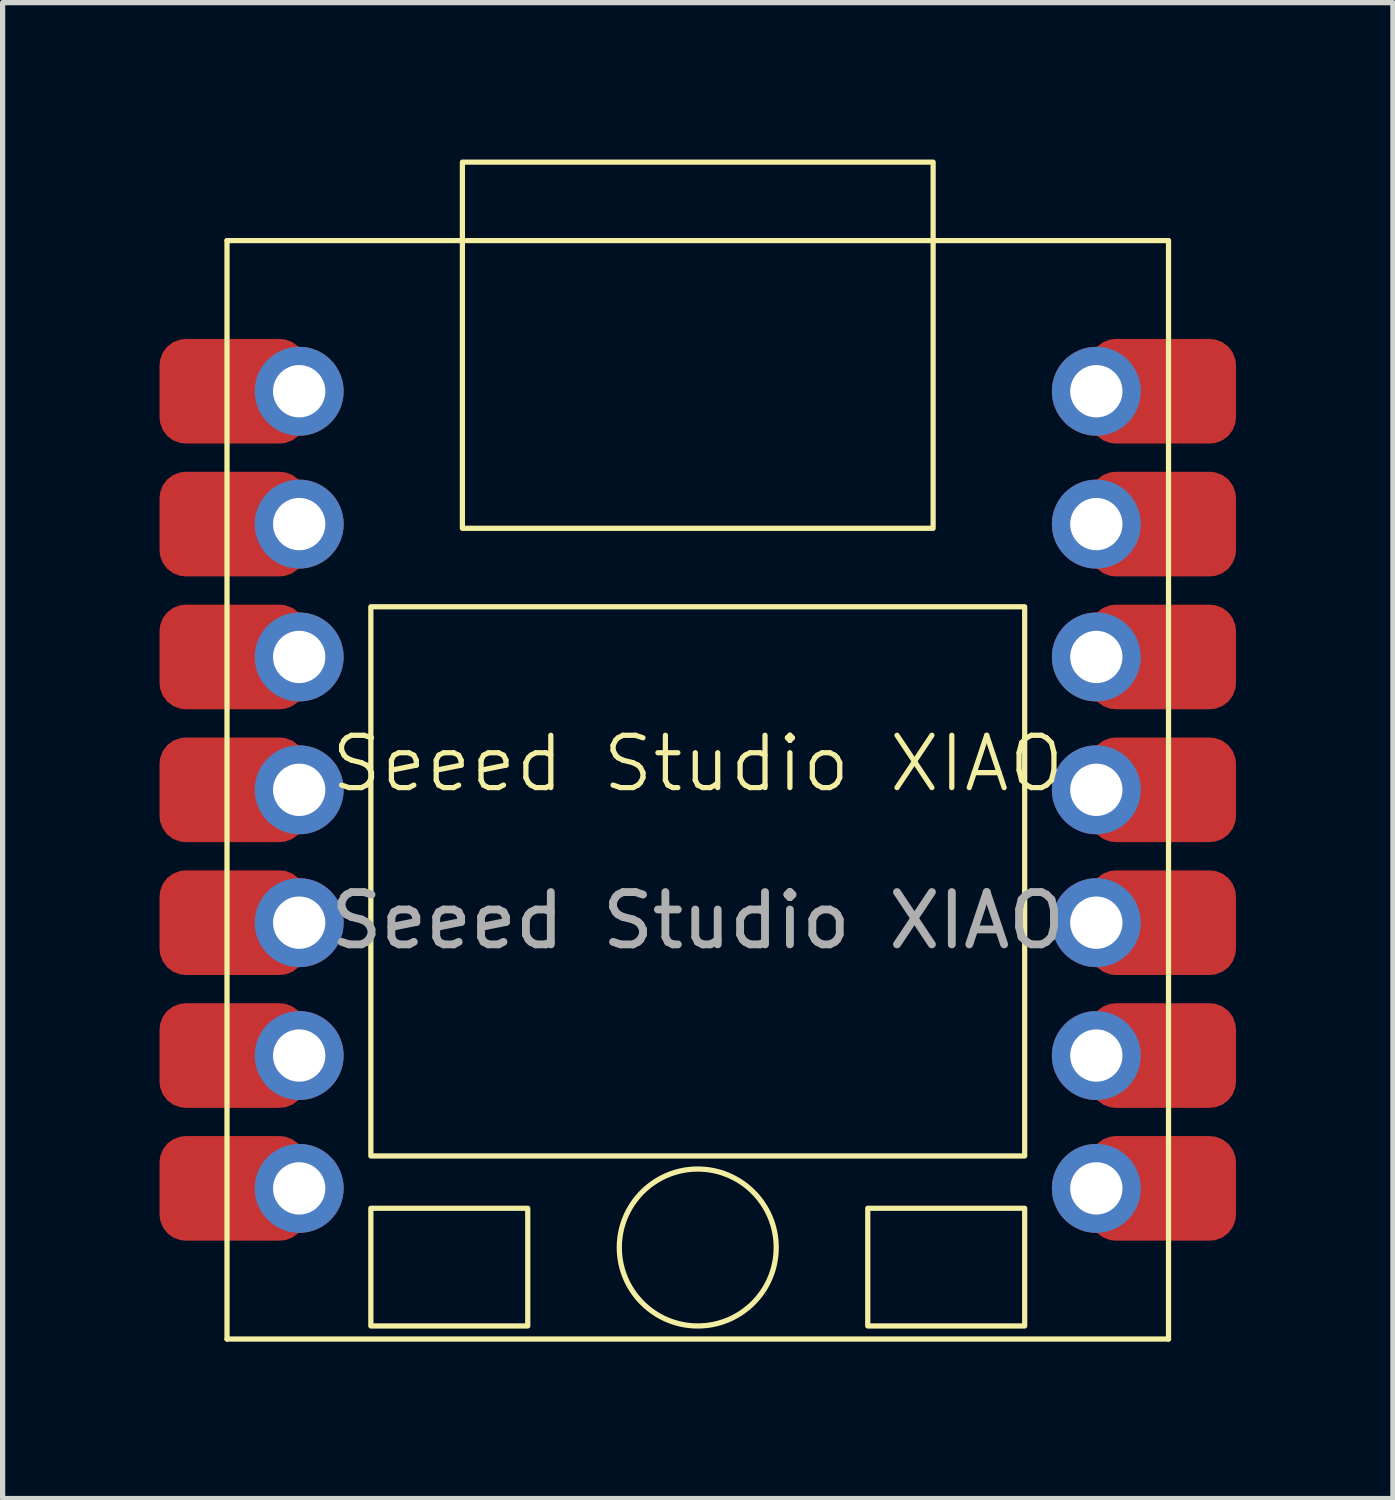
<source format=kicad_pcb>
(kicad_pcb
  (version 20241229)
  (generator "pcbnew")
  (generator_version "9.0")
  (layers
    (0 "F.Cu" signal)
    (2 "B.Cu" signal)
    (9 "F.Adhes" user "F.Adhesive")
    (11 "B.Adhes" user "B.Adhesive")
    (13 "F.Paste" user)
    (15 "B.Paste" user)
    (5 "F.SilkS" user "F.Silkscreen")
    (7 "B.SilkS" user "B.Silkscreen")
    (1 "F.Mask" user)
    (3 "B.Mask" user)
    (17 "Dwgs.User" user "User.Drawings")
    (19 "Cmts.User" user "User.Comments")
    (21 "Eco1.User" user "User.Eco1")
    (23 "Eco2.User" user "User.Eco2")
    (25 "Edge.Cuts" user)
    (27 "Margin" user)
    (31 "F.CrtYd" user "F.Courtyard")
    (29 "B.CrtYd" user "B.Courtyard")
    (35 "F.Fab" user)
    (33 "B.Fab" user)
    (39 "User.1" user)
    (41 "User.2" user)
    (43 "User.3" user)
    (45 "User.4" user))
  (footprint "Seeed Studio XIAO"
    (layer "F.Cu")
    (at 10.29 12.05)
    (property "Reference" "Seeed Studio XIAO" (at 0 -0.5 0) (unlocked yes) (layer "F.SilkS") (effects (font (size 1 1) (thickness 0.1))))
    (attr smd)
    (fp_line (start -9 -10.5) (end -9 10.5) (stroke (width 0.1) (type default)) (layer "F.SilkS"))
    (fp_line (start -9 10.5) (end 9 10.5) (stroke (width 0.1) (type default)) (layer "F.SilkS"))
    (fp_line (start 9 -10.5) (end -9 -10.5) (stroke (width 0.1) (type default)) (layer "F.SilkS"))
    (fp_line (start 9 10.5) (end 9 -10.5) (stroke (width 0.1) (type default)) (layer "F.SilkS"))
    (fp_rect (start -6.25 -3.5) (end 6.25 7) (stroke (width 0.1) (type default)) (fill no) (layer "F.SilkS"))
    (fp_rect (start -6.25 8) (end -3.25 10.25) (stroke (width 0.1) (type default)) (fill no) (layer "F.SilkS"))
    (fp_rect (start -4.5 -5) (end 4.5 -12) (stroke (width 0.1) (type default)) (fill no) (layer "F.SilkS"))
    (fp_rect (start 3.25 8) (end 6.25 10.25) (stroke (width 0.1) (type default)) (fill no) (layer "F.SilkS"))
    (fp_circle (center 0 8.75) (end 1.5 8.75) (stroke (width 0.1) (type default)) (fill no) (layer "F.SilkS"))
    (fp_text user "${REFERENCE}" (at 0 2.5 0) (unlocked yes) (layer "F.Fab") (effects (font (size 1 1) (thickness 0.15))))
    (pad "1" smd roundrect (at -8.89 -7.62) (size 2.8 2) (layers "F.Cu" "F.Mask" "F.Paste") (roundrect_rratio 0.25))
    (pad "1" thru_hole circle (at -7.62 -7.62) (size 1.7 1.7) (drill 1) (layers "*.Cu" "*.Mask"))
    (pad "2" smd roundrect (at -8.89 -5.08) (size 2.8 2) (layers "F.Cu" "F.Mask" "F.Paste") (roundrect_rratio 0.25))
    (pad "2" thru_hole circle (at -7.62 -5.08) (size 1.7 1.7) (drill 1) (layers "*.Cu" "*.Mask"))
    (pad "3" smd roundrect (at -8.89 -2.54) (size 2.8 2) (layers "F.Cu" "F.Mask" "F.Paste") (roundrect_rratio 0.25))
    (pad "3" thru_hole circle (at -7.62 -2.54) (size 1.7 1.7) (drill 1) (layers "*.Cu" "*.Mask"))
    (pad "4" smd roundrect (at -8.89 0) (size 2.8 2) (layers "F.Cu" "F.Mask" "F.Paste") (roundrect_rratio 0.25))
    (pad "4" thru_hole circle (at -7.62 0) (size 1.7 1.7) (drill 1) (layers "*.Cu" "*.Mask"))
    (pad "5" smd roundrect (at -8.89 2.54) (size 2.8 2) (layers "F.Cu" "F.Mask" "F.Paste") (roundrect_rratio 0.25))
    (pad "5" thru_hole circle (at -7.62 2.54) (size 1.7 1.7) (drill 1) (layers "*.Cu" "*.Mask"))
    (pad "6" smd roundrect (at -8.89 5.08) (size 2.8 2) (layers "F.Cu" "F.Mask" "F.Paste") (roundrect_rratio 0.25))
    (pad "6" thru_hole circle (at -7.62 5.08) (size 1.7 1.7) (drill 1) (layers "*.Cu" "*.Mask"))
    (pad "7" smd roundrect (at -8.89 7.62) (size 2.8 2) (layers "F.Cu" "F.Mask" "F.Paste") (roundrect_rratio 0.25))
    (pad "7" thru_hole circle (at -7.62 7.62) (size 1.7 1.7) (drill 1) (layers "*.Cu" "*.Mask"))
    (pad "8" thru_hole circle (at 7.62 7.62) (size 1.7 1.7) (drill 1) (layers "*.Cu" "*.Mask"))
    (pad "8" smd roundrect (at 8.89 7.62) (size 2.8 2) (layers "F.Cu" "F.Mask" "F.Paste") (roundrect_rratio 0.25))
    (pad "9" thru_hole circle (at 7.62 5.08) (size 1.7 1.7) (drill 1) (layers "*.Cu" "*.Mask"))
    (pad "9" smd roundrect (at 8.89 5.08) (size 2.8 2) (layers "F.Cu" "F.Mask" "F.Paste") (roundrect_rratio 0.25))
    (pad "10" thru_hole circle (at 7.62 2.54) (size 1.7 1.7) (drill 1) (layers "*.Cu" "*.Mask"))
    (pad "10" smd roundrect (at 8.89 2.54) (size 2.8 2) (layers "F.Cu" "F.Mask" "F.Paste") (roundrect_rratio 0.25))
    (pad "11" thru_hole circle (at 7.62 0) (size 1.7 1.7) (drill 1) (layers "*.Cu" "*.Mask"))
    (pad "11" smd roundrect (at 8.89 0) (size 2.8 2) (layers "F.Cu" "F.Mask" "F.Paste") (roundrect_rratio 0.25))
    (pad "12" thru_hole circle (at 7.62 -2.54) (size 1.7 1.7) (drill 1) (layers "*.Cu" "*.Mask"))
    (pad "12" smd roundrect (at 8.89 -2.54) (size 2.8 2) (layers "F.Cu" "F.Mask" "F.Paste") (roundrect_rratio 0.25))
    (pad "13" thru_hole circle (at 7.62 -5.08) (size 1.7 1.7) (drill 1) (layers "*.Cu" "*.Mask"))
    (pad "13" smd roundrect (at 8.89 -5.08) (size 2.8 2) (layers "F.Cu" "F.Mask" "F.Paste") (roundrect_rratio 0.25))
    (pad "14" thru_hole circle (at 7.62 -7.62) (size 1.7 1.7) (drill 1) (layers "*.Cu" "*.Mask"))
    (pad "14" smd roundrect (at 8.89 -7.62) (size 2.8 2) (layers "F.Cu" "F.Mask" "F.Paste") (roundrect_rratio 0.25)))
  (gr_rect
    (start -3 -3)
    (end 23.58 25.6)
    (stroke (width 0.1) (type default))
    (fill no)
    (layer "Edge.Cuts")))
</source>
